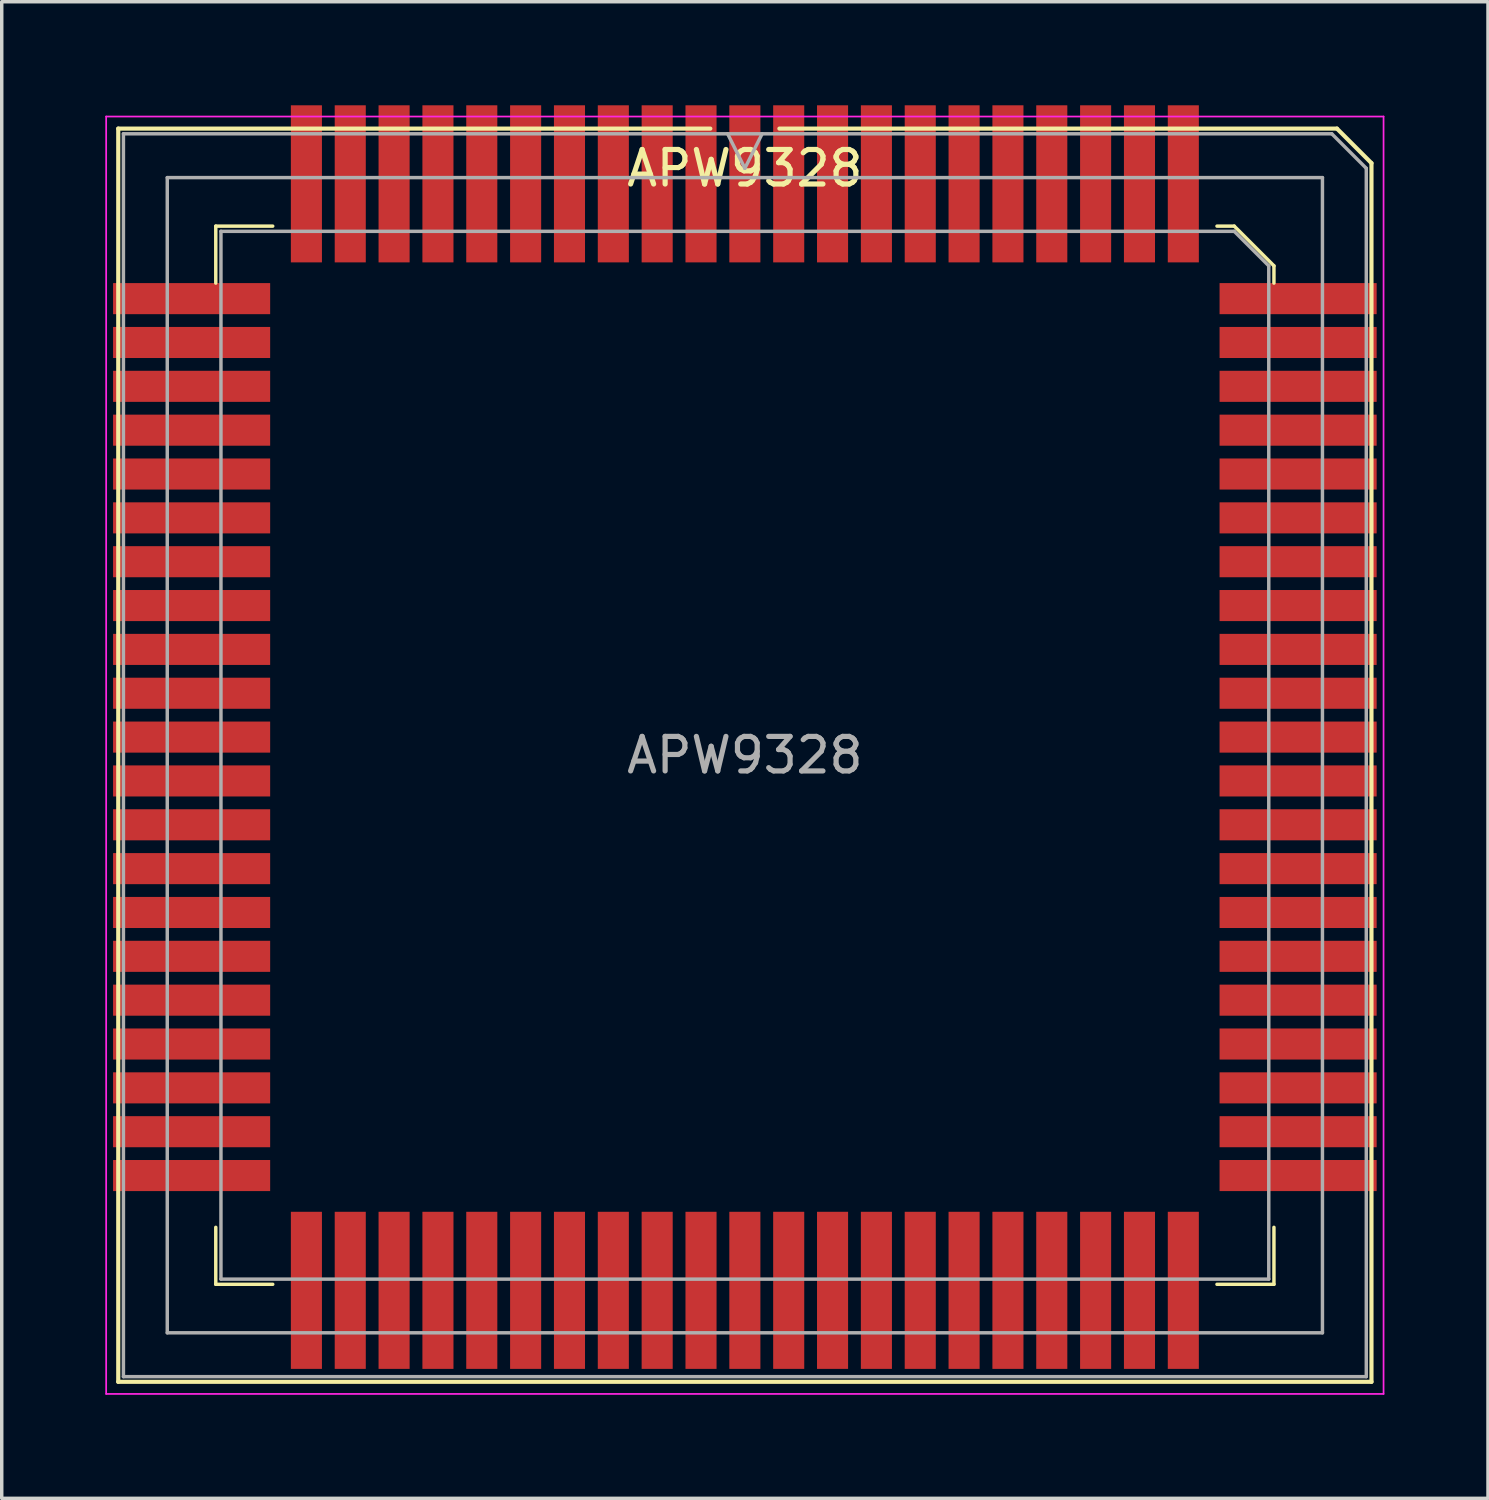
<source format=kicad_pcb>
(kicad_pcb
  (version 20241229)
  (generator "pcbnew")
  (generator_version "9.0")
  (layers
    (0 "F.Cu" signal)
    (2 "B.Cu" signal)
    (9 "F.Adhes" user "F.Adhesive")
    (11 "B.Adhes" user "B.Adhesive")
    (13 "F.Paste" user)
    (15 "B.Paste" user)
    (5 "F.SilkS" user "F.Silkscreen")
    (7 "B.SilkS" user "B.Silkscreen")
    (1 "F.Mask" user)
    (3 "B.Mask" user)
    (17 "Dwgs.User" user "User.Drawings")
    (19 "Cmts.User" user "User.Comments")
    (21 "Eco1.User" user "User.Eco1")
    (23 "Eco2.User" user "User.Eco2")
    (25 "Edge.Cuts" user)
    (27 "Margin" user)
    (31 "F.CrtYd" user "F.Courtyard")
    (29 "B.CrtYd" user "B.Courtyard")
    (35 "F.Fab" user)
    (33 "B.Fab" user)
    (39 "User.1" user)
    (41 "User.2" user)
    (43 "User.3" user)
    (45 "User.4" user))
  (footprint "APW9328"
    (layer "F.Cu")
    (at 18.525 18.3)
    (property "Reference" "APW9328" (at 0 -16.475 180) (layer "F.SilkS") (effects (font (size 1 1) (thickness 0.15))))
    (attr smd)
    (fp_line (start -18.15 -17.625) (end -1 -17.625) (stroke (width 0.12) (type solid)) (layer "F.SilkS"))
    (fp_line (start -18.15 18.675) (end -18.15 -17.625) (stroke (width 0.12) (type solid)) (layer "F.SilkS"))
    (fp_line (start -15.325 -14.8) (end -15.325 -13.15) (stroke (width 0.1) (type solid)) (layer "F.SilkS"))
    (fp_line (start -15.325 15.85) (end -15.325 14.2) (stroke (width 0.1) (type solid)) (layer "F.SilkS"))
    (fp_line (start -13.675 -14.8) (end -15.325 -14.8) (stroke (width 0.1) (type solid)) (layer "F.SilkS"))
    (fp_line (start -13.675 15.85) (end -15.325 15.85) (stroke (width 0.1) (type solid)) (layer "F.SilkS"))
    (fp_line (start 1 -17.625) (end 17.15 -17.625) (stroke (width 0.12) (type solid)) (layer "F.SilkS"))
    (fp_line (start 13.675 -14.8) (end 14.175 -14.8) (stroke (width 0.1) (type solid)) (layer "F.SilkS"))
    (fp_line (start 13.675 15.85) (end 15.325 15.85) (stroke (width 0.1) (type solid)) (layer "F.SilkS"))
    (fp_line (start 14.175 -14.8) (end 15.325 -13.65) (stroke (width 0.1) (type solid)) (layer "F.SilkS"))
    (fp_line (start 15.325 -13.65) (end 15.325 -13.15) (stroke (width 0.1) (type solid)) (layer "F.SilkS"))
    (fp_line (start 15.325 15.85) (end 15.325 14.2) (stroke (width 0.1) (type solid)) (layer "F.SilkS"))
    (fp_line (start 17.15 -17.625) (end 18.15 -16.625) (stroke (width 0.12) (type solid)) (layer "F.SilkS"))
    (fp_line (start 18.15 -16.625) (end 18.15 18.675) (stroke (width 0.12) (type solid)) (layer "F.SilkS"))
    (fp_line (start 18.15 18.675) (end -18.15 18.675) (stroke (width 0.12) (type solid)) (layer "F.SilkS"))
    (fp_line (start -18.5 -17.975) (end 18.5 -17.975) (stroke (width 0.05) (type solid)) (layer "F.CrtYd"))
    (fp_line (start -18.5 19.025) (end -18.5 -17.975) (stroke (width 0.05) (type solid)) (layer "F.CrtYd"))
    (fp_line (start 18.5 -17.975) (end 18.5 19.025) (stroke (width 0.05) (type solid)) (layer "F.CrtYd"))
    (fp_line (start 18.5 19.025) (end -18.5 19.025) (stroke (width 0.05) (type solid)) (layer "F.CrtYd"))
    (fp_line (start -18 -17.475) (end 17 -17.475) (stroke (width 0.1) (type solid)) (layer "F.Fab"))
    (fp_line (start -18 18.525) (end -18 -17.475) (stroke (width 0.1) (type solid)) (layer "F.Fab"))
    (fp_line (start -16.73 -16.205) (end 16.73 -16.205) (stroke (width 0.1) (type solid)) (layer "F.Fab"))
    (fp_line (start -16.73 17.255) (end -16.73 -16.205) (stroke (width 0.1) (type solid)) (layer "F.Fab"))
    (fp_line (start -15.175 -14.65) (end 14.175 -14.65) (stroke (width 0.1) (type solid)) (layer "F.Fab"))
    (fp_line (start -15.175 15.7) (end -15.175 -14.65) (stroke (width 0.1) (type solid)) (layer "F.Fab"))
    (fp_line (start 0 -16.475) (end -0.5 -17.475) (stroke (width 0.1) (type solid)) (layer "F.Fab"))
    (fp_line (start 0.5 -17.475) (end 0 -16.475) (stroke (width 0.1) (type solid)) (layer "F.Fab"))
    (fp_line (start 14.175 -14.65) (end 15.175 -13.65) (stroke (width 0.1) (type solid)) (layer "F.Fab"))
    (fp_line (start 15.175 -13.65) (end 15.175 15.7) (stroke (width 0.1) (type solid)) (layer "F.Fab"))
    (fp_line (start 15.175 15.7) (end -15.175 15.7) (stroke (width 0.1) (type solid)) (layer "F.Fab"))
    (fp_line (start 16.73 -16.205) (end 16.73 17.255) (stroke (width 0.1) (type solid)) (layer "F.Fab"))
    (fp_line (start 16.73 17.255) (end -16.73 17.255) (stroke (width 0.1) (type solid)) (layer "F.Fab"))
    (fp_line (start 17 -17.475) (end 18 -16.475) (stroke (width 0.1) (type solid)) (layer "F.Fab"))
    (fp_line (start 18 -16.475) (end 18 18.525) (stroke (width 0.1) (type solid)) (layer "F.Fab"))
    (fp_line (start 18 18.525) (end -18 18.525) (stroke (width 0.1) (type solid)) (layer "F.Fab"))
    (fp_text user "${REFERENCE}" (at 0 0.525 180) (layer "F.Fab") (effects (font (size 1 1) (thickness 0.15))))
    (pad "1" smd rect (at 0 -16.025) (size 0.9 4.55) (layers "F.Cu" "F.Mask" "F.Paste"))
    (pad "2" smd rect (at 1.27 -16.025) (size 0.9 4.55) (layers "F.Cu" "F.Mask" "F.Paste"))
    (pad "3" smd rect (at 2.54 -16.025) (size 0.9 4.55) (layers "F.Cu" "F.Mask" "F.Paste"))
    (pad "4" smd rect (at 3.81 -16.025) (size 0.9 4.55) (layers "F.Cu" "F.Mask" "F.Paste"))
    (pad "5" smd rect (at 5.08 -16.025) (size 0.9 4.55) (layers "F.Cu" "F.Mask" "F.Paste"))
    (pad "6" smd rect (at 6.35 -16.025) (size 0.9 4.55) (layers "F.Cu" "F.Mask" "F.Paste"))
    (pad "7" smd rect (at 7.62 -16.025) (size 0.9 4.55) (layers "F.Cu" "F.Mask" "F.Paste"))
    (pad "8" smd rect (at 8.89 -16.025) (size 0.9 4.55) (layers "F.Cu" "F.Mask" "F.Paste"))
    (pad "9" smd rect (at 10.16 -16.025) (size 0.9 4.55) (layers "F.Cu" "F.Mask" "F.Paste"))
    (pad "10" smd rect (at 11.43 -16.025) (size 0.9 4.55) (layers "F.Cu" "F.Mask" "F.Paste"))
    (pad "11" smd rect (at 12.7 -16.025) (size 0.9 4.55) (layers "F.Cu" "F.Mask" "F.Paste"))
    (pad "12" smd rect (at 16.025 -12.7) (size 4.55 0.9) (layers "F.Cu" "F.Mask" "F.Paste"))
    (pad "13" smd rect (at 16.025 -11.43) (size 4.55 0.9) (layers "F.Cu" "F.Mask" "F.Paste"))
    (pad "14" smd rect (at 16.025 -10.16) (size 4.55 0.9) (layers "F.Cu" "F.Mask" "F.Paste"))
    (pad "15" smd rect (at 16.025 -8.89) (size 4.55 0.9) (layers "F.Cu" "F.Mask" "F.Paste"))
    (pad "16" smd rect (at 16.025 -7.62) (size 4.55 0.9) (layers "F.Cu" "F.Mask" "F.Paste"))
    (pad "17" smd rect (at 16.025 -6.35) (size 4.55 0.9) (layers "F.Cu" "F.Mask" "F.Paste"))
    (pad "18" smd rect (at 16.025 -5.08) (size 4.55 0.9) (layers "F.Cu" "F.Mask" "F.Paste"))
    (pad "19" smd rect (at 16.025 -3.81) (size 4.55 0.9) (layers "F.Cu" "F.Mask" "F.Paste"))
    (pad "20" smd rect (at 16.025 -2.54) (size 4.55 0.9) (layers "F.Cu" "F.Mask" "F.Paste"))
    (pad "21" smd rect (at 16.025 -1.27) (size 4.55 0.9) (layers "F.Cu" "F.Mask" "F.Paste"))
    (pad "22" smd rect (at 16.025 0) (size 4.55 0.9) (layers "F.Cu" "F.Mask" "F.Paste"))
    (pad "23" smd rect (at 16.025 1.27) (size 4.55 0.9) (layers "F.Cu" "F.Mask" "F.Paste"))
    (pad "24" smd rect (at 16.025 2.54) (size 4.55 0.9) (layers "F.Cu" "F.Mask" "F.Paste"))
    (pad "25" smd rect (at 16.025 3.81) (size 4.55 0.9) (layers "F.Cu" "F.Mask" "F.Paste"))
    (pad "26" smd rect (at 16.025 5.08) (size 4.55 0.9) (layers "F.Cu" "F.Mask" "F.Paste"))
    (pad "27" smd rect (at 16.025 6.35) (size 4.55 0.9) (layers "F.Cu" "F.Mask" "F.Paste"))
    (pad "28" smd rect (at 16.025 7.62) (size 4.55 0.9) (layers "F.Cu" "F.Mask" "F.Paste"))
    (pad "29" smd rect (at 16.025 8.89) (size 4.55 0.9) (layers "F.Cu" "F.Mask" "F.Paste"))
    (pad "30" smd rect (at 16.025 10.16) (size 4.55 0.9) (layers "F.Cu" "F.Mask" "F.Paste"))
    (pad "31" smd rect (at 16.025 11.43) (size 4.55 0.9) (layers "F.Cu" "F.Mask" "F.Paste"))
    (pad "32" smd rect (at 16.025 12.7) (size 4.55 0.9) (layers "F.Cu" "F.Mask" "F.Paste"))
    (pad "33" smd rect (at 12.7 16.025) (size 0.9 4.55) (layers "F.Cu" "F.Mask" "F.Paste"))
    (pad "34" smd rect (at 11.43 16.025) (size 0.9 4.55) (layers "F.Cu" "F.Mask" "F.Paste"))
    (pad "35" smd rect (at 10.16 16.025) (size 0.9 4.55) (layers "F.Cu" "F.Mask" "F.Paste"))
    (pad "36" smd rect (at 8.89 16.025) (size 0.9 4.55) (layers "F.Cu" "F.Mask" "F.Paste"))
    (pad "37" smd rect (at 7.62 16.025) (size 0.9 4.55) (layers "F.Cu" "F.Mask" "F.Paste"))
    (pad "38" smd rect (at 6.35 16.025) (size 0.9 4.55) (layers "F.Cu" "F.Mask" "F.Paste"))
    (pad "39" smd rect (at 5.08 16.025) (size 0.9 4.55) (layers "F.Cu" "F.Mask" "F.Paste"))
    (pad "40" smd rect (at 3.81 16.025) (size 0.9 4.55) (layers "F.Cu" "F.Mask" "F.Paste"))
    (pad "41" smd rect (at 2.54 16.025) (size 0.9 4.55) (layers "F.Cu" "F.Mask" "F.Paste"))
    (pad "42" smd rect (at 1.27 16.025) (size 0.9 4.55) (layers "F.Cu" "F.Mask" "F.Paste"))
    (pad "43" smd rect (at 0 16.025) (size 0.9 4.55) (layers "F.Cu" "F.Mask" "F.Paste"))
    (pad "44" smd rect (at -1.27 16.025) (size 0.9 4.55) (layers "F.Cu" "F.Mask" "F.Paste"))
    (pad "45" smd rect (at -2.54 16.025) (size 0.9 4.55) (layers "F.Cu" "F.Mask" "F.Paste"))
    (pad "46" smd rect (at -3.81 16.025) (size 0.9 4.55) (layers "F.Cu" "F.Mask" "F.Paste"))
    (pad "47" smd rect (at -5.08 16.025) (size 0.9 4.55) (layers "F.Cu" "F.Mask" "F.Paste"))
    (pad "48" smd rect (at -6.35 16.025) (size 0.9 4.55) (layers "F.Cu" "F.Mask" "F.Paste"))
    (pad "49" smd rect (at -7.62 16.025) (size 0.9 4.55) (layers "F.Cu" "F.Mask" "F.Paste"))
    (pad "50" smd rect (at -8.89 16.025) (size 0.9 4.55) (layers "F.Cu" "F.Mask" "F.Paste"))
    (pad "51" smd rect (at -10.16 16.025) (size 0.9 4.55) (layers "F.Cu" "F.Mask" "F.Paste"))
    (pad "52" smd rect (at -11.43 16.025) (size 0.9 4.55) (layers "F.Cu" "F.Mask" "F.Paste"))
    (pad "53" smd rect (at -12.7 16.025) (size 0.9 4.55) (layers "F.Cu" "F.Mask" "F.Paste"))
    (pad "54" smd rect (at -16.025 12.7) (size 4.55 0.9) (layers "F.Cu" "F.Mask" "F.Paste"))
    (pad "55" smd rect (at -16.025 11.43) (size 4.55 0.9) (layers "F.Cu" "F.Mask" "F.Paste"))
    (pad "56" smd rect (at -16.025 10.16) (size 4.55 0.9) (layers "F.Cu" "F.Mask" "F.Paste"))
    (pad "57" smd rect (at -16.025 8.89) (size 4.55 0.9) (layers "F.Cu" "F.Mask" "F.Paste"))
    (pad "58" smd rect (at -16.025 7.62) (size 4.55 0.9) (layers "F.Cu" "F.Mask" "F.Paste"))
    (pad "59" smd rect (at -16.025 6.35) (size 4.55 0.9) (layers "F.Cu" "F.Mask" "F.Paste"))
    (pad "60" smd rect (at -16.025 5.08) (size 4.55 0.9) (layers "F.Cu" "F.Mask" "F.Paste"))
    (pad "61" smd rect (at -16.025 3.81) (size 4.55 0.9) (layers "F.Cu" "F.Mask" "F.Paste"))
    (pad "62" smd rect (at -16.025 2.54) (size 4.55 0.9) (layers "F.Cu" "F.Mask" "F.Paste"))
    (pad "63" smd rect (at -16.025 1.27) (size 4.55 0.9) (layers "F.Cu" "F.Mask" "F.Paste"))
    (pad "64" smd rect (at -16.025 0) (size 4.55 0.9) (layers "F.Cu" "F.Mask" "F.Paste"))
    (pad "65" smd rect (at -16.025 -1.27) (size 4.55 0.9) (layers "F.Cu" "F.Mask" "F.Paste"))
    (pad "66" smd rect (at -16.025 -2.54) (size 4.55 0.9) (layers "F.Cu" "F.Mask" "F.Paste"))
    (pad "67" smd rect (at -16.025 -3.81) (size 4.55 0.9) (layers "F.Cu" "F.Mask" "F.Paste"))
    (pad "68" smd rect (at -16.025 -5.08) (size 4.55 0.9) (layers "F.Cu" "F.Mask" "F.Paste"))
    (pad "69" smd rect (at -16.025 -6.35) (size 4.55 0.9) (layers "F.Cu" "F.Mask" "F.Paste"))
    (pad "70" smd rect (at -16.025 -7.62) (size 4.55 0.9) (layers "F.Cu" "F.Mask" "F.Paste"))
    (pad "71" smd rect (at -16.025 -8.89) (size 4.55 0.9) (layers "F.Cu" "F.Mask" "F.Paste"))
    (pad "72" smd rect (at -16.025 -10.16) (size 4.55 0.9) (layers "F.Cu" "F.Mask" "F.Paste"))
    (pad "73" smd rect (at -16.025 -11.43) (size 4.55 0.9) (layers "F.Cu" "F.Mask" "F.Paste"))
    (pad "74" smd rect (at -16.025 -12.7) (size 4.55 0.9) (layers "F.Cu" "F.Mask" "F.Paste"))
    (pad "75" smd rect (at -12.7 -16.025) (size 0.9 4.55) (layers "F.Cu" "F.Mask" "F.Paste"))
    (pad "76" smd rect (at -11.43 -16.025) (size 0.9 4.55) (layers "F.Cu" "F.Mask" "F.Paste"))
    (pad "77" smd rect (at -10.16 -16.025) (size 0.9 4.55) (layers "F.Cu" "F.Mask" "F.Paste"))
    (pad "78" smd rect (at -8.89 -16.025) (size 0.9 4.55) (layers "F.Cu" "F.Mask" "F.Paste"))
    (pad "79" smd rect (at -7.62 -16.025) (size 0.9 4.55) (layers "F.Cu" "F.Mask" "F.Paste"))
    (pad "80" smd rect (at -6.35 -16.025) (size 0.9 4.55) (layers "F.Cu" "F.Mask" "F.Paste"))
    (pad "81" smd rect (at -5.08 -16.025) (size 0.9 4.55) (layers "F.Cu" "F.Mask" "F.Paste"))
    (pad "82" smd rect (at -3.81 -16.025) (size 0.9 4.55) (layers "F.Cu" "F.Mask" "F.Paste"))
    (pad "83" smd rect (at -2.54 -16.025) (size 0.9 4.55) (layers "F.Cu" "F.Mask" "F.Paste"))
    (pad "84" smd rect (at -1.27 -16.025) (size 0.9 4.55) (layers "F.Cu" "F.Mask" "F.Paste")))
  (gr_rect
    (start -3 -3)
    (end 40.05 40.35)
    (stroke (width 0.1) (type default))
    (fill no)
    (layer "Edge.Cuts")))
</source>
